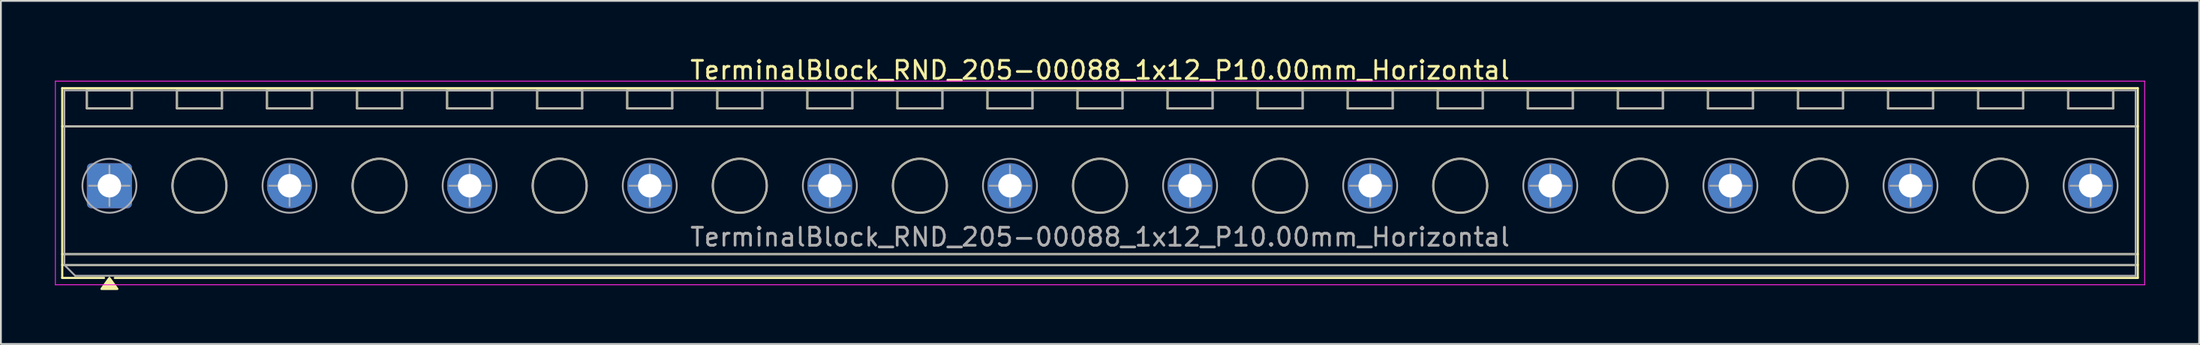
<source format=kicad_pcb>
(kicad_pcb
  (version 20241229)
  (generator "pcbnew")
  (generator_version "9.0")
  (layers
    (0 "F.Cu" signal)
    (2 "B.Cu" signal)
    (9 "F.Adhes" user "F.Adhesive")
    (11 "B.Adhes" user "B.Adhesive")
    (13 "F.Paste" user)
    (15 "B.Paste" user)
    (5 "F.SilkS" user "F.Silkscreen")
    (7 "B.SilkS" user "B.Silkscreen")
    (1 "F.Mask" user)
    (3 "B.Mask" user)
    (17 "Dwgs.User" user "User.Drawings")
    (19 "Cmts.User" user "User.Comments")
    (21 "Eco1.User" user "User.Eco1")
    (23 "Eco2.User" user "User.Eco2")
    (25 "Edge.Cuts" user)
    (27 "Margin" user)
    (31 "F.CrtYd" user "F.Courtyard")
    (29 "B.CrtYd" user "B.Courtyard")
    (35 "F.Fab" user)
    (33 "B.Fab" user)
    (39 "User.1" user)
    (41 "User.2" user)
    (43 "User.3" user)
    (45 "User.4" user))
  (footprint "TerminalBlock_RND_205-00088_1x12_P10.00mm_Horizontal"
    (layer "F.Cu")
    (at 3.025 7.268)
    (property "Reference" "TerminalBlock_RND_205-00088_1x12_P10.00mm_Horizontal" (at 55 -6.42 0) (layer "F.SilkS") (effects (font (size 1 1) (thickness 0.15))))
    (attr through_hole)
    (fp_line (start -2.62 -5.42) (end 112.62 -5.42) (stroke (width 0.12) (type solid)) (layer "F.SilkS"))
    (fp_line (start -2.62 -3.3) (end 112.62 -3.3) (stroke (width 0.12) (type solid)) (layer "F.SilkS"))
    (fp_line (start -2.62 3.8) (end 112.62 3.8) (stroke (width 0.12) (type solid)) (layer "F.SilkS"))
    (fp_line (start -2.62 4.4) (end 112.62 4.4) (stroke (width 0.12) (type solid)) (layer "F.SilkS"))
    (fp_line (start -2.62 5.12) (end -2.62 -5.42) (stroke (width 0.12) (type solid)) (layer "F.SilkS"))
    (fp_line (start -1.25 -5.3) (end 1.25 -5.3) (stroke (width 0.12) (type solid)) (layer "F.SilkS"))
    (fp_line (start -1.25 -4.3) (end -1.25 -5.3) (stroke (width 0.12) (type solid)) (layer "F.SilkS"))
    (fp_line (start -0.3 5.12) (end -2.62 5.12) (stroke (width 0.12) (type solid)) (layer "F.SilkS"))
    (fp_line (start 1.25 -5.3) (end 1.25 -4.3) (stroke (width 0.12) (type solid)) (layer "F.SilkS"))
    (fp_line (start 1.25 -4.3) (end -1.25 -4.3) (stroke (width 0.12) (type solid)) (layer "F.SilkS"))
    (fp_line (start 3.75 -5.3) (end 6.25 -5.3) (stroke (width 0.12) (type solid)) (layer "F.SilkS"))
    (fp_line (start 3.75 -4.3) (end 3.75 -5.3) (stroke (width 0.12) (type solid)) (layer "F.SilkS"))
    (fp_line (start 6.25 -5.3) (end 6.25 -4.3) (stroke (width 0.12) (type solid)) (layer "F.SilkS"))
    (fp_line (start 6.25 -4.3) (end 3.75 -4.3) (stroke (width 0.12) (type solid)) (layer "F.SilkS"))
    (fp_line (start 8.75 -5.3) (end 11.25 -5.3) (stroke (width 0.12) (type solid)) (layer "F.SilkS"))
    (fp_line (start 8.75 -4.3) (end 8.75 -5.3) (stroke (width 0.12) (type solid)) (layer "F.SilkS"))
    (fp_line (start 11.25 -5.3) (end 11.25 -4.3) (stroke (width 0.12) (type solid)) (layer "F.SilkS"))
    (fp_line (start 11.25 -4.3) (end 8.75 -4.3) (stroke (width 0.12) (type solid)) (layer "F.SilkS"))
    (fp_line (start 13.75 -5.3) (end 16.25 -5.3) (stroke (width 0.12) (type solid)) (layer "F.SilkS"))
    (fp_line (start 13.75 -4.3) (end 13.75 -5.3) (stroke (width 0.12) (type solid)) (layer "F.SilkS"))
    (fp_line (start 16.25 -5.3) (end 16.25 -4.3) (stroke (width 0.12) (type solid)) (layer "F.SilkS"))
    (fp_line (start 16.25 -4.3) (end 13.75 -4.3) (stroke (width 0.12) (type solid)) (layer "F.SilkS"))
    (fp_line (start 18.75 -5.3) (end 21.25 -5.3) (stroke (width 0.12) (type solid)) (layer "F.SilkS"))
    (fp_line (start 18.75 -4.3) (end 18.75 -5.3) (stroke (width 0.12) (type solid)) (layer "F.SilkS"))
    (fp_line (start 21.25 -5.3) (end 21.25 -4.3) (stroke (width 0.12) (type solid)) (layer "F.SilkS"))
    (fp_line (start 21.25 -4.3) (end 18.75 -4.3) (stroke (width 0.12) (type solid)) (layer "F.SilkS"))
    (fp_line (start 23.75 -5.3) (end 26.25 -5.3) (stroke (width 0.12) (type solid)) (layer "F.SilkS"))
    (fp_line (start 23.75 -4.3) (end 23.75 -5.3) (stroke (width 0.12) (type solid)) (layer "F.SilkS"))
    (fp_line (start 26.25 -5.3) (end 26.25 -4.3) (stroke (width 0.12) (type solid)) (layer "F.SilkS"))
    (fp_line (start 26.25 -4.3) (end 23.75 -4.3) (stroke (width 0.12) (type solid)) (layer "F.SilkS"))
    (fp_line (start 28.75 -5.3) (end 31.25 -5.3) (stroke (width 0.12) (type solid)) (layer "F.SilkS"))
    (fp_line (start 28.75 -4.3) (end 28.75 -5.3) (stroke (width 0.12) (type solid)) (layer "F.SilkS"))
    (fp_line (start 31.25 -5.3) (end 31.25 -4.3) (stroke (width 0.12) (type solid)) (layer "F.SilkS"))
    (fp_line (start 31.25 -4.3) (end 28.75 -4.3) (stroke (width 0.12) (type solid)) (layer "F.SilkS"))
    (fp_line (start 33.75 -5.3) (end 36.25 -5.3) (stroke (width 0.12) (type solid)) (layer "F.SilkS"))
    (fp_line (start 33.75 -4.3) (end 33.75 -5.3) (stroke (width 0.12) (type solid)) (layer "F.SilkS"))
    (fp_line (start 36.25 -5.3) (end 36.25 -4.3) (stroke (width 0.12) (type solid)) (layer "F.SilkS"))
    (fp_line (start 36.25 -4.3) (end 33.75 -4.3) (stroke (width 0.12) (type solid)) (layer "F.SilkS"))
    (fp_line (start 38.75 -5.3) (end 41.25 -5.3) (stroke (width 0.12) (type solid)) (layer "F.SilkS"))
    (fp_line (start 38.75 -4.3) (end 38.75 -5.3) (stroke (width 0.12) (type solid)) (layer "F.SilkS"))
    (fp_line (start 41.25 -5.3) (end 41.25 -4.3) (stroke (width 0.12) (type solid)) (layer "F.SilkS"))
    (fp_line (start 41.25 -4.3) (end 38.75 -4.3) (stroke (width 0.12) (type solid)) (layer "F.SilkS"))
    (fp_line (start 43.75 -5.3) (end 46.25 -5.3) (stroke (width 0.12) (type solid)) (layer "F.SilkS"))
    (fp_line (start 43.75 -4.3) (end 43.75 -5.3) (stroke (width 0.12) (type solid)) (layer "F.SilkS"))
    (fp_line (start 46.25 -5.3) (end 46.25 -4.3) (stroke (width 0.12) (type solid)) (layer "F.SilkS"))
    (fp_line (start 46.25 -4.3) (end 43.75 -4.3) (stroke (width 0.12) (type solid)) (layer "F.SilkS"))
    (fp_line (start 48.75 -5.3) (end 51.25 -5.3) (stroke (width 0.12) (type solid)) (layer "F.SilkS"))
    (fp_line (start 48.75 -4.3) (end 48.75 -5.3) (stroke (width 0.12) (type solid)) (layer "F.SilkS"))
    (fp_line (start 51.25 -5.3) (end 51.25 -4.3) (stroke (width 0.12) (type solid)) (layer "F.SilkS"))
    (fp_line (start 51.25 -4.3) (end 48.75 -4.3) (stroke (width 0.12) (type solid)) (layer "F.SilkS"))
    (fp_line (start 53.75 -5.3) (end 56.25 -5.3) (stroke (width 0.12) (type solid)) (layer "F.SilkS"))
    (fp_line (start 53.75 -4.3) (end 53.75 -5.3) (stroke (width 0.12) (type solid)) (layer "F.SilkS"))
    (fp_line (start 56.25 -5.3) (end 56.25 -4.3) (stroke (width 0.12) (type solid)) (layer "F.SilkS"))
    (fp_line (start 56.25 -4.3) (end 53.75 -4.3) (stroke (width 0.12) (type solid)) (layer "F.SilkS"))
    (fp_line (start 58.75 -5.3) (end 61.25 -5.3) (stroke (width 0.12) (type solid)) (layer "F.SilkS"))
    (fp_line (start 58.75 -4.3) (end 58.75 -5.3) (stroke (width 0.12) (type solid)) (layer "F.SilkS"))
    (fp_line (start 61.25 -5.3) (end 61.25 -4.3) (stroke (width 0.12) (type solid)) (layer "F.SilkS"))
    (fp_line (start 61.25 -4.3) (end 58.75 -4.3) (stroke (width 0.12) (type solid)) (layer "F.SilkS"))
    (fp_line (start 63.75 -5.3) (end 66.25 -5.3) (stroke (width 0.12) (type solid)) (layer "F.SilkS"))
    (fp_line (start 63.75 -4.3) (end 63.75 -5.3) (stroke (width 0.12) (type solid)) (layer "F.SilkS"))
    (fp_line (start 66.25 -5.3) (end 66.25 -4.3) (stroke (width 0.12) (type solid)) (layer "F.SilkS"))
    (fp_line (start 66.25 -4.3) (end 63.75 -4.3) (stroke (width 0.12) (type solid)) (layer "F.SilkS"))
    (fp_line (start 68.75 -5.3) (end 71.25 -5.3) (stroke (width 0.12) (type solid)) (layer "F.SilkS"))
    (fp_line (start 68.75 -4.3) (end 68.75 -5.3) (stroke (width 0.12) (type solid)) (layer "F.SilkS"))
    (fp_line (start 71.25 -5.3) (end 71.25 -4.3) (stroke (width 0.12) (type solid)) (layer "F.SilkS"))
    (fp_line (start 71.25 -4.3) (end 68.75 -4.3) (stroke (width 0.12) (type solid)) (layer "F.SilkS"))
    (fp_line (start 73.75 -5.3) (end 76.25 -5.3) (stroke (width 0.12) (type solid)) (layer "F.SilkS"))
    (fp_line (start 73.75 -4.3) (end 73.75 -5.3) (stroke (width 0.12) (type solid)) (layer "F.SilkS"))
    (fp_line (start 76.25 -5.3) (end 76.25 -4.3) (stroke (width 0.12) (type solid)) (layer "F.SilkS"))
    (fp_line (start 76.25 -4.3) (end 73.75 -4.3) (stroke (width 0.12) (type solid)) (layer "F.SilkS"))
    (fp_line (start 78.75 -5.3) (end 81.25 -5.3) (stroke (width 0.12) (type solid)) (layer "F.SilkS"))
    (fp_line (start 78.75 -4.3) (end 78.75 -5.3) (stroke (width 0.12) (type solid)) (layer "F.SilkS"))
    (fp_line (start 81.25 -5.3) (end 81.25 -4.3) (stroke (width 0.12) (type solid)) (layer "F.SilkS"))
    (fp_line (start 81.25 -4.3) (end 78.75 -4.3) (stroke (width 0.12) (type solid)) (layer "F.SilkS"))
    (fp_line (start 83.75 -5.3) (end 86.25 -5.3) (stroke (width 0.12) (type solid)) (layer "F.SilkS"))
    (fp_line (start 83.75 -4.3) (end 83.75 -5.3) (stroke (width 0.12) (type solid)) (layer "F.SilkS"))
    (fp_line (start 86.25 -5.3) (end 86.25 -4.3) (stroke (width 0.12) (type solid)) (layer "F.SilkS"))
    (fp_line (start 86.25 -4.3) (end 83.75 -4.3) (stroke (width 0.12) (type solid)) (layer "F.SilkS"))
    (fp_line (start 88.75 -5.3) (end 91.25 -5.3) (stroke (width 0.12) (type solid)) (layer "F.SilkS"))
    (fp_line (start 88.75 -4.3) (end 88.75 -5.3) (stroke (width 0.12) (type solid)) (layer "F.SilkS"))
    (fp_line (start 91.25 -5.3) (end 91.25 -4.3) (stroke (width 0.12) (type solid)) (layer "F.SilkS"))
    (fp_line (start 91.25 -4.3) (end 88.75 -4.3) (stroke (width 0.12) (type solid)) (layer "F.SilkS"))
    (fp_line (start 93.75 -5.3) (end 96.25 -5.3) (stroke (width 0.12) (type solid)) (layer "F.SilkS"))
    (fp_line (start 93.75 -4.3) (end 93.75 -5.3) (stroke (width 0.12) (type solid)) (layer "F.SilkS"))
    (fp_line (start 96.25 -5.3) (end 96.25 -4.3) (stroke (width 0.12) (type solid)) (layer "F.SilkS"))
    (fp_line (start 96.25 -4.3) (end 93.75 -4.3) (stroke (width 0.12) (type solid)) (layer "F.SilkS"))
    (fp_line (start 98.75 -5.3) (end 101.25 -5.3) (stroke (width 0.12) (type solid)) (layer "F.SilkS"))
    (fp_line (start 98.75 -4.3) (end 98.75 -5.3) (stroke (width 0.12) (type solid)) (layer "F.SilkS"))
    (fp_line (start 101.25 -5.3) (end 101.25 -4.3) (stroke (width 0.12) (type solid)) (layer "F.SilkS"))
    (fp_line (start 101.25 -4.3) (end 98.75 -4.3) (stroke (width 0.12) (type solid)) (layer "F.SilkS"))
    (fp_line (start 103.75 -5.3) (end 106.25 -5.3) (stroke (width 0.12) (type solid)) (layer "F.SilkS"))
    (fp_line (start 103.75 -4.3) (end 103.75 -5.3) (stroke (width 0.12) (type solid)) (layer "F.SilkS"))
    (fp_line (start 106.25 -5.3) (end 106.25 -4.3) (stroke (width 0.12) (type solid)) (layer "F.SilkS"))
    (fp_line (start 106.25 -4.3) (end 103.75 -4.3) (stroke (width 0.12) (type solid)) (layer "F.SilkS"))
    (fp_line (start 108.75 -5.3) (end 111.25 -5.3) (stroke (width 0.12) (type solid)) (layer "F.SilkS"))
    (fp_line (start 108.75 -4.3) (end 108.75 -5.3) (stroke (width 0.12) (type solid)) (layer "F.SilkS"))
    (fp_line (start 111.25 -5.3) (end 111.25 -4.3) (stroke (width 0.12) (type solid)) (layer "F.SilkS"))
    (fp_line (start 111.25 -4.3) (end 108.75 -4.3) (stroke (width 0.12) (type solid)) (layer "F.SilkS"))
    (fp_line (start 112.62 -5.42) (end 112.62 5.12) (stroke (width 0.12) (type solid)) (layer "F.SilkS"))
    (fp_line (start 112.62 5.12) (end 0.3 5.12) (stroke (width 0.12) (type solid)) (layer "F.SilkS"))
    (fp_circle (center 5 0) (end 6.5 0) (stroke (width 0.12) (type solid)) (fill no) (layer "F.SilkS"))
    (fp_circle (center 15 0) (end 16.5 0) (stroke (width 0.12) (type solid)) (fill no) (layer "F.SilkS"))
    (fp_circle (center 25 0) (end 26.5 0) (stroke (width 0.12) (type solid)) (fill no) (layer "F.SilkS"))
    (fp_circle (center 35 0) (end 36.5 0) (stroke (width 0.12) (type solid)) (fill no) (layer "F.SilkS"))
    (fp_circle (center 45 0) (end 46.5 0) (stroke (width 0.12) (type solid)) (fill no) (layer "F.SilkS"))
    (fp_circle (center 55 0) (end 56.5 0) (stroke (width 0.12) (type solid)) (fill no) (layer "F.SilkS"))
    (fp_circle (center 65 0) (end 66.5 0) (stroke (width 0.12) (type solid)) (fill no) (layer "F.SilkS"))
    (fp_circle (center 75 0) (end 76.5 0) (stroke (width 0.12) (type solid)) (fill no) (layer "F.SilkS"))
    (fp_circle (center 85 0) (end 86.5 0) (stroke (width 0.12) (type solid)) (fill no) (layer "F.SilkS"))
    (fp_circle (center 95 0) (end 96.5 0) (stroke (width 0.12) (type solid)) (fill no) (layer "F.SilkS"))
    (fp_circle (center 105 0) (end 106.5 0) (stroke (width 0.12) (type solid)) (fill no) (layer "F.SilkS"))
    (fp_poly (pts (xy 0 5.12) (xy 0.44 5.73) (xy -0.44 5.73)) (stroke (width 0.12) (type solid)) (fill yes) (layer "F.SilkS"))
    (fp_line (start -3 -5.81) (end -3 5.5) (stroke (width 0.05) (type solid)) (layer "F.CrtYd"))
    (fp_line (start -3 5.5) (end 113 5.5) (stroke (width 0.05) (type solid)) (layer "F.CrtYd"))
    (fp_line (start 113 -5.81) (end -3 -5.81) (stroke (width 0.05) (type solid)) (layer "F.CrtYd"))
    (fp_line (start 113 5.5) (end 113 -5.81) (stroke (width 0.05) (type solid)) (layer "F.CrtYd"))
    (fp_line (start -2.5 -5.3) (end 112.5 -5.3) (stroke (width 0.1) (type solid)) (layer "F.Fab"))
    (fp_line (start -2.5 -3.3) (end 112.5 -3.3) (stroke (width 0.1) (type solid)) (layer "F.Fab"))
    (fp_line (start -2.5 3.8) (end 112.5 3.8) (stroke (width 0.1) (type solid)) (layer "F.Fab"))
    (fp_line (start -2.5 4.4) (end -2.5 -5.3) (stroke (width 0.1) (type solid)) (layer "F.Fab"))
    (fp_line (start -2.5 4.4) (end 112.5 4.4) (stroke (width 0.1) (type solid)) (layer "F.Fab"))
    (fp_line (start -1.9 5) (end -2.5 4.4) (stroke (width 0.1) (type solid)) (layer "F.Fab"))
    (fp_line (start -1.25 -5.3) (end -1.25 -4.3) (stroke (width 0.1) (type solid)) (layer "F.Fab"))
    (fp_line (start -1.25 -4.3) (end 1.25 -4.3) (stroke (width 0.1) (type solid)) (layer "F.Fab"))
    (fp_line (start -1.125 0) (end 1.125 0) (stroke (width 0.1) (type solid)) (layer "F.Fab"))
    (fp_line (start 0 -1.125) (end 0 1.125) (stroke (width 0.1) (type solid)) (layer "F.Fab"))
    (fp_line (start 1.25 -5.3) (end -1.25 -5.3) (stroke (width 0.1) (type solid)) (layer "F.Fab"))
    (fp_line (start 1.25 -4.3) (end 1.25 -5.3) (stroke (width 0.1) (type solid)) (layer "F.Fab"))
    (fp_line (start 3.75 -5.3) (end 3.75 -4.3) (stroke (width 0.1) (type solid)) (layer "F.Fab"))
    (fp_line (start 3.75 -4.3) (end 6.25 -4.3) (stroke (width 0.1) (type solid)) (layer "F.Fab"))
    (fp_line (start 6.25 -5.3) (end 3.75 -5.3) (stroke (width 0.1) (type solid)) (layer "F.Fab"))
    (fp_line (start 6.25 -4.3) (end 6.25 -5.3) (stroke (width 0.1) (type solid)) (layer "F.Fab"))
    (fp_line (start 8.75 -5.3) (end 8.75 -4.3) (stroke (width 0.1) (type solid)) (layer "F.Fab"))
    (fp_line (start 8.75 -4.3) (end 11.25 -4.3) (stroke (width 0.1) (type solid)) (layer "F.Fab"))
    (fp_line (start 8.875 0) (end 11.125 0) (stroke (width 0.1) (type solid)) (layer "F.Fab"))
    (fp_line (start 10 -1.125) (end 10 1.125) (stroke (width 0.1) (type solid)) (layer "F.Fab"))
    (fp_line (start 11.25 -5.3) (end 8.75 -5.3) (stroke (width 0.1) (type solid)) (layer "F.Fab"))
    (fp_line (start 11.25 -4.3) (end 11.25 -5.3) (stroke (width 0.1) (type solid)) (layer "F.Fab"))
    (fp_line (start 13.75 -5.3) (end 13.75 -4.3) (stroke (width 0.1) (type solid)) (layer "F.Fab"))
    (fp_line (start 13.75 -4.3) (end 16.25 -4.3) (stroke (width 0.1) (type solid)) (layer "F.Fab"))
    (fp_line (start 16.25 -5.3) (end 13.75 -5.3) (stroke (width 0.1) (type solid)) (layer "F.Fab"))
    (fp_line (start 16.25 -4.3) (end 16.25 -5.3) (stroke (width 0.1) (type solid)) (layer "F.Fab"))
    (fp_line (start 18.75 -5.3) (end 18.75 -4.3) (stroke (width 0.1) (type solid)) (layer "F.Fab"))
    (fp_line (start 18.75 -4.3) (end 21.25 -4.3) (stroke (width 0.1) (type solid)) (layer "F.Fab"))
    (fp_line (start 18.875 0) (end 21.125 0) (stroke (width 0.1) (type solid)) (layer "F.Fab"))
    (fp_line (start 20 -1.125) (end 20 1.125) (stroke (width 0.1) (type solid)) (layer "F.Fab"))
    (fp_line (start 21.25 -5.3) (end 18.75 -5.3) (stroke (width 0.1) (type solid)) (layer "F.Fab"))
    (fp_line (start 21.25 -4.3) (end 21.25 -5.3) (stroke (width 0.1) (type solid)) (layer "F.Fab"))
    (fp_line (start 23.75 -5.3) (end 23.75 -4.3) (stroke (width 0.1) (type solid)) (layer "F.Fab"))
    (fp_line (start 23.75 -4.3) (end 26.25 -4.3) (stroke (width 0.1) (type solid)) (layer "F.Fab"))
    (fp_line (start 26.25 -5.3) (end 23.75 -5.3) (stroke (width 0.1) (type solid)) (layer "F.Fab"))
    (fp_line (start 26.25 -4.3) (end 26.25 -5.3) (stroke (width 0.1) (type solid)) (layer "F.Fab"))
    (fp_line (start 28.75 -5.3) (end 28.75 -4.3) (stroke (width 0.1) (type solid)) (layer "F.Fab"))
    (fp_line (start 28.75 -4.3) (end 31.25 -4.3) (stroke (width 0.1) (type solid)) (layer "F.Fab"))
    (fp_line (start 28.875 0) (end 31.125 0) (stroke (width 0.1) (type solid)) (layer "F.Fab"))
    (fp_line (start 30 -1.125) (end 30 1.125) (stroke (width 0.1) (type solid)) (layer "F.Fab"))
    (fp_line (start 31.25 -5.3) (end 28.75 -5.3) (stroke (width 0.1) (type solid)) (layer "F.Fab"))
    (fp_line (start 31.25 -4.3) (end 31.25 -5.3) (stroke (width 0.1) (type solid)) (layer "F.Fab"))
    (fp_line (start 33.75 -5.3) (end 33.75 -4.3) (stroke (width 0.1) (type solid)) (layer "F.Fab"))
    (fp_line (start 33.75 -4.3) (end 36.25 -4.3) (stroke (width 0.1) (type solid)) (layer "F.Fab"))
    (fp_line (start 36.25 -5.3) (end 33.75 -5.3) (stroke (width 0.1) (type solid)) (layer "F.Fab"))
    (fp_line (start 36.25 -4.3) (end 36.25 -5.3) (stroke (width 0.1) (type solid)) (layer "F.Fab"))
    (fp_line (start 38.75 -5.3) (end 38.75 -4.3) (stroke (width 0.1) (type solid)) (layer "F.Fab"))
    (fp_line (start 38.75 -4.3) (end 41.25 -4.3) (stroke (width 0.1) (type solid)) (layer "F.Fab"))
    (fp_line (start 38.875 0) (end 41.125 0) (stroke (width 0.1) (type solid)) (layer "F.Fab"))
    (fp_line (start 40 -1.125) (end 40 1.125) (stroke (width 0.1) (type solid)) (layer "F.Fab"))
    (fp_line (start 41.25 -5.3) (end 38.75 -5.3) (stroke (width 0.1) (type solid)) (layer "F.Fab"))
    (fp_line (start 41.25 -4.3) (end 41.25 -5.3) (stroke (width 0.1) (type solid)) (layer "F.Fab"))
    (fp_line (start 43.75 -5.3) (end 43.75 -4.3) (stroke (width 0.1) (type solid)) (layer "F.Fab"))
    (fp_line (start 43.75 -4.3) (end 46.25 -4.3) (stroke (width 0.1) (type solid)) (layer "F.Fab"))
    (fp_line (start 46.25 -5.3) (end 43.75 -5.3) (stroke (width 0.1) (type solid)) (layer "F.Fab"))
    (fp_line (start 46.25 -4.3) (end 46.25 -5.3) (stroke (width 0.1) (type solid)) (layer "F.Fab"))
    (fp_line (start 48.75 -5.3) (end 48.75 -4.3) (stroke (width 0.1) (type solid)) (layer "F.Fab"))
    (fp_line (start 48.75 -4.3) (end 51.25 -4.3) (stroke (width 0.1) (type solid)) (layer "F.Fab"))
    (fp_line (start 48.875 0) (end 51.125 0) (stroke (width 0.1) (type solid)) (layer "F.Fab"))
    (fp_line (start 50 -1.125) (end 50 1.125) (stroke (width 0.1) (type solid)) (layer "F.Fab"))
    (fp_line (start 51.25 -5.3) (end 48.75 -5.3) (stroke (width 0.1) (type solid)) (layer "F.Fab"))
    (fp_line (start 51.25 -4.3) (end 51.25 -5.3) (stroke (width 0.1) (type solid)) (layer "F.Fab"))
    (fp_line (start 53.75 -5.3) (end 53.75 -4.3) (stroke (width 0.1) (type solid)) (layer "F.Fab"))
    (fp_line (start 53.75 -4.3) (end 56.25 -4.3) (stroke (width 0.1) (type solid)) (layer "F.Fab"))
    (fp_line (start 56.25 -5.3) (end 53.75 -5.3) (stroke (width 0.1) (type solid)) (layer "F.Fab"))
    (fp_line (start 56.25 -4.3) (end 56.25 -5.3) (stroke (width 0.1) (type solid)) (layer "F.Fab"))
    (fp_line (start 58.75 -5.3) (end 58.75 -4.3) (stroke (width 0.1) (type solid)) (layer "F.Fab"))
    (fp_line (start 58.75 -4.3) (end 61.25 -4.3) (stroke (width 0.1) (type solid)) (layer "F.Fab"))
    (fp_line (start 58.875 0) (end 61.125 0) (stroke (width 0.1) (type solid)) (layer "F.Fab"))
    (fp_line (start 60 -1.125) (end 60 1.125) (stroke (width 0.1) (type solid)) (layer "F.Fab"))
    (fp_line (start 61.25 -5.3) (end 58.75 -5.3) (stroke (width 0.1) (type solid)) (layer "F.Fab"))
    (fp_line (start 61.25 -4.3) (end 61.25 -5.3) (stroke (width 0.1) (type solid)) (layer "F.Fab"))
    (fp_line (start 63.75 -5.3) (end 63.75 -4.3) (stroke (width 0.1) (type solid)) (layer "F.Fab"))
    (fp_line (start 63.75 -4.3) (end 66.25 -4.3) (stroke (width 0.1) (type solid)) (layer "F.Fab"))
    (fp_line (start 66.25 -5.3) (end 63.75 -5.3) (stroke (width 0.1) (type solid)) (layer "F.Fab"))
    (fp_line (start 66.25 -4.3) (end 66.25 -5.3) (stroke (width 0.1) (type solid)) (layer "F.Fab"))
    (fp_line (start 68.75 -5.3) (end 68.75 -4.3) (stroke (width 0.1) (type solid)) (layer "F.Fab"))
    (fp_line (start 68.75 -4.3) (end 71.25 -4.3) (stroke (width 0.1) (type solid)) (layer "F.Fab"))
    (fp_line (start 68.875 0) (end 71.125 0) (stroke (width 0.1) (type solid)) (layer "F.Fab"))
    (fp_line (start 70 -1.125) (end 70 1.125) (stroke (width 0.1) (type solid)) (layer "F.Fab"))
    (fp_line (start 71.25 -5.3) (end 68.75 -5.3) (stroke (width 0.1) (type solid)) (layer "F.Fab"))
    (fp_line (start 71.25 -4.3) (end 71.25 -5.3) (stroke (width 0.1) (type solid)) (layer "F.Fab"))
    (fp_line (start 73.75 -5.3) (end 73.75 -4.3) (stroke (width 0.1) (type solid)) (layer "F.Fab"))
    (fp_line (start 73.75 -4.3) (end 76.25 -4.3) (stroke (width 0.1) (type solid)) (layer "F.Fab"))
    (fp_line (start 76.25 -5.3) (end 73.75 -5.3) (stroke (width 0.1) (type solid)) (layer "F.Fab"))
    (fp_line (start 76.25 -4.3) (end 76.25 -5.3) (stroke (width 0.1) (type solid)) (layer "F.Fab"))
    (fp_line (start 78.75 -5.3) (end 78.75 -4.3) (stroke (width 0.1) (type solid)) (layer "F.Fab"))
    (fp_line (start 78.75 -4.3) (end 81.25 -4.3) (stroke (width 0.1) (type solid)) (layer "F.Fab"))
    (fp_line (start 78.875 0) (end 81.125 0) (stroke (width 0.1) (type solid)) (layer "F.Fab"))
    (fp_line (start 80 -1.125) (end 80 1.125) (stroke (width 0.1) (type solid)) (layer "F.Fab"))
    (fp_line (start 81.25 -5.3) (end 78.75 -5.3) (stroke (width 0.1) (type solid)) (layer "F.Fab"))
    (fp_line (start 81.25 -4.3) (end 81.25 -5.3) (stroke (width 0.1) (type solid)) (layer "F.Fab"))
    (fp_line (start 83.75 -5.3) (end 83.75 -4.3) (stroke (width 0.1) (type solid)) (layer "F.Fab"))
    (fp_line (start 83.75 -4.3) (end 86.25 -4.3) (stroke (width 0.1) (type solid)) (layer "F.Fab"))
    (fp_line (start 86.25 -5.3) (end 83.75 -5.3) (stroke (width 0.1) (type solid)) (layer "F.Fab"))
    (fp_line (start 86.25 -4.3) (end 86.25 -5.3) (stroke (width 0.1) (type solid)) (layer "F.Fab"))
    (fp_line (start 88.75 -5.3) (end 88.75 -4.3) (stroke (width 0.1) (type solid)) (layer "F.Fab"))
    (fp_line (start 88.75 -4.3) (end 91.25 -4.3) (stroke (width 0.1) (type solid)) (layer "F.Fab"))
    (fp_line (start 88.875 0) (end 91.125 0) (stroke (width 0.1) (type solid)) (layer "F.Fab"))
    (fp_line (start 90 -1.125) (end 90 1.125) (stroke (width 0.1) (type solid)) (layer "F.Fab"))
    (fp_line (start 91.25 -5.3) (end 88.75 -5.3) (stroke (width 0.1) (type solid)) (layer "F.Fab"))
    (fp_line (start 91.25 -4.3) (end 91.25 -5.3) (stroke (width 0.1) (type solid)) (layer "F.Fab"))
    (fp_line (start 93.75 -5.3) (end 93.75 -4.3) (stroke (width 0.1) (type solid)) (layer "F.Fab"))
    (fp_line (start 93.75 -4.3) (end 96.25 -4.3) (stroke (width 0.1) (type solid)) (layer "F.Fab"))
    (fp_line (start 96.25 -5.3) (end 93.75 -5.3) (stroke (width 0.1) (type solid)) (layer "F.Fab"))
    (fp_line (start 96.25 -4.3) (end 96.25 -5.3) (stroke (width 0.1) (type solid)) (layer "F.Fab"))
    (fp_line (start 98.75 -5.3) (end 98.75 -4.3) (stroke (width 0.1) (type solid)) (layer "F.Fab"))
    (fp_line (start 98.75 -4.3) (end 101.25 -4.3) (stroke (width 0.1) (type solid)) (layer "F.Fab"))
    (fp_line (start 98.875 0) (end 101.125 0) (stroke (width 0.1) (type solid)) (layer "F.Fab"))
    (fp_line (start 100 -1.125) (end 100 1.125) (stroke (width 0.1) (type solid)) (layer "F.Fab"))
    (fp_line (start 101.25 -5.3) (end 98.75 -5.3) (stroke (width 0.1) (type solid)) (layer "F.Fab"))
    (fp_line (start 101.25 -4.3) (end 101.25 -5.3) (stroke (width 0.1) (type solid)) (layer "F.Fab"))
    (fp_line (start 103.75 -5.3) (end 103.75 -4.3) (stroke (width 0.1) (type solid)) (layer "F.Fab"))
    (fp_line (start 103.75 -4.3) (end 106.25 -4.3) (stroke (width 0.1) (type solid)) (layer "F.Fab"))
    (fp_line (start 106.25 -5.3) (end 103.75 -5.3) (stroke (width 0.1) (type solid)) (layer "F.Fab"))
    (fp_line (start 106.25 -4.3) (end 106.25 -5.3) (stroke (width 0.1) (type solid)) (layer "F.Fab"))
    (fp_line (start 108.75 -5.3) (end 108.75 -4.3) (stroke (width 0.1) (type solid)) (layer "F.Fab"))
    (fp_line (start 108.75 -4.3) (end 111.25 -4.3) (stroke (width 0.1) (type solid)) (layer "F.Fab"))
    (fp_line (start 108.875 0) (end 111.125 0) (stroke (width 0.1) (type solid)) (layer "F.Fab"))
    (fp_line (start 110 -1.125) (end 110 1.125) (stroke (width 0.1) (type solid)) (layer "F.Fab"))
    (fp_line (start 111.25 -5.3) (end 108.75 -5.3) (stroke (width 0.1) (type solid)) (layer "F.Fab"))
    (fp_line (start 111.25 -4.3) (end 111.25 -5.3) (stroke (width 0.1) (type solid)) (layer "F.Fab"))
    (fp_line (start 112.5 -5.3) (end 112.5 5) (stroke (width 0.1) (type solid)) (layer "F.Fab"))
    (fp_line (start 112.5 5) (end -1.9 5) (stroke (width 0.1) (type solid)) (layer "F.Fab"))
    (fp_circle (center 0 0) (end 1.5 0) (stroke (width 0.1) (type solid)) (fill no) (layer "F.Fab"))
    (fp_circle (center 5 0) (end 6.5 0) (stroke (width 0.1) (type solid)) (fill no) (layer "F.Fab"))
    (fp_circle (center 10 0) (end 11.5 0) (stroke (width 0.1) (type solid)) (fill no) (layer "F.Fab"))
    (fp_circle (center 15 0) (end 16.5 0) (stroke (width 0.1) (type solid)) (fill no) (layer "F.Fab"))
    (fp_circle (center 20 0) (end 21.5 0) (stroke (width 0.1) (type solid)) (fill no) (layer "F.Fab"))
    (fp_circle (center 25 0) (end 26.5 0) (stroke (width 0.1) (type solid)) (fill no) (layer "F.Fab"))
    (fp_circle (center 30 0) (end 31.5 0) (stroke (width 0.1) (type solid)) (fill no) (layer "F.Fab"))
    (fp_circle (center 35 0) (end 36.5 0) (stroke (width 0.1) (type solid)) (fill no) (layer "F.Fab"))
    (fp_circle (center 40 0) (end 41.5 0) (stroke (width 0.1) (type solid)) (fill no) (layer "F.Fab"))
    (fp_circle (center 45 0) (end 46.5 0) (stroke (width 0.1) (type solid)) (fill no) (layer "F.Fab"))
    (fp_circle (center 50 0) (end 51.5 0) (stroke (width 0.1) (type solid)) (fill no) (layer "F.Fab"))
    (fp_circle (center 55 0) (end 56.5 0) (stroke (width 0.1) (type solid)) (fill no) (layer "F.Fab"))
    (fp_circle (center 60 0) (end 61.5 0) (stroke (width 0.1) (type solid)) (fill no) (layer "F.Fab"))
    (fp_circle (center 65 0) (end 66.5 0) (stroke (width 0.1) (type solid)) (fill no) (layer "F.Fab"))
    (fp_circle (center 70 0) (end 71.5 0) (stroke (width 0.1) (type solid)) (fill no) (layer "F.Fab"))
    (fp_circle (center 75 0) (end 76.5 0) (stroke (width 0.1) (type solid)) (fill no) (layer "F.Fab"))
    (fp_circle (center 80 0) (end 81.5 0) (stroke (width 0.1) (type solid)) (fill no) (layer "F.Fab"))
    (fp_circle (center 85 0) (end 86.5 0) (stroke (width 0.1) (type solid)) (fill no) (layer "F.Fab"))
    (fp_circle (center 90 0) (end 91.5 0) (stroke (width 0.1) (type solid)) (fill no) (layer "F.Fab"))
    (fp_circle (center 95 0) (end 96.5 0) (stroke (width 0.1) (type solid)) (fill no) (layer "F.Fab"))
    (fp_circle (center 100 0) (end 101.5 0) (stroke (width 0.1) (type solid)) (fill no) (layer "F.Fab"))
    (fp_circle (center 105 0) (end 106.5 0) (stroke (width 0.1) (type solid)) (fill no) (layer "F.Fab"))
    (fp_circle (center 110 0) (end 111.5 0) (stroke (width 0.1) (type solid)) (fill no) (layer "F.Fab"))
    (fp_text user "${REFERENCE}" (at 55 2.85 0) (layer "F.Fab") (effects (font (size 1 1) (thickness 0.15))))
    (pad "1" thru_hole roundrect (at 0 0) (size 2.5 2.5) (drill 1.3) (layers "*.Cu" "*.Mask") (roundrect_rratio 0.1))
    (pad "2" thru_hole circle (at 10 0) (size 2.5 2.5) (drill 1.3) (layers "*.Cu" "*.Mask"))
    (pad "3" thru_hole circle (at 20 0) (size 2.5 2.5) (drill 1.3) (layers "*.Cu" "*.Mask"))
    (pad "4" thru_hole circle (at 30 0) (size 2.5 2.5) (drill 1.3) (layers "*.Cu" "*.Mask"))
    (pad "5" thru_hole circle (at 40 0) (size 2.5 2.5) (drill 1.3) (layers "*.Cu" "*.Mask"))
    (pad "6" thru_hole circle (at 50 0) (size 2.5 2.5) (drill 1.3) (layers "*.Cu" "*.Mask"))
    (pad "7" thru_hole circle (at 60 0) (size 2.5 2.5) (drill 1.3) (layers "*.Cu" "*.Mask"))
    (pad "8" thru_hole circle (at 70 0) (size 2.5 2.5) (drill 1.3) (layers "*.Cu" "*.Mask"))
    (pad "9" thru_hole circle (at 80 0) (size 2.5 2.5) (drill 1.3) (layers "*.Cu" "*.Mask"))
    (pad "10" thru_hole circle (at 90 0) (size 2.5 2.5) (drill 1.3) (layers "*.Cu" "*.Mask"))
    (pad "11" thru_hole circle (at 100 0) (size 2.5 2.5) (drill 1.3) (layers "*.Cu" "*.Mask"))
    (pad "12" thru_hole circle (at 110 0) (size 2.5 2.5) (drill 1.3) (layers "*.Cu" "*.Mask")))
  (gr_rect
    (start -3 -3)
    (end 119.05 16.058)
    (stroke (width 0.1) (type default))
    (fill no)
    (layer "Edge.Cuts")))
</source>
